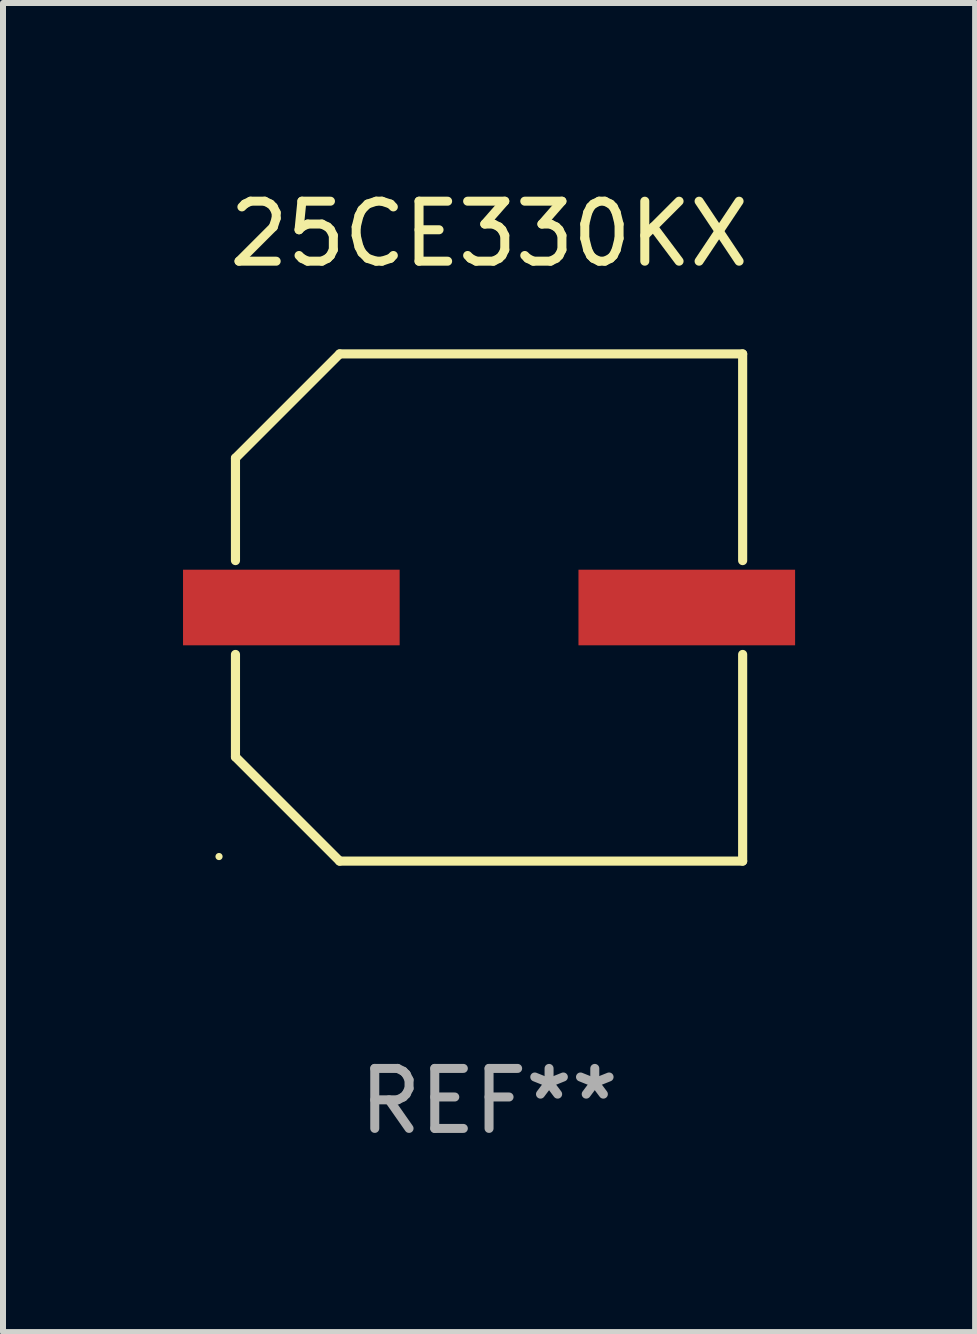
<source format=kicad_pcb>
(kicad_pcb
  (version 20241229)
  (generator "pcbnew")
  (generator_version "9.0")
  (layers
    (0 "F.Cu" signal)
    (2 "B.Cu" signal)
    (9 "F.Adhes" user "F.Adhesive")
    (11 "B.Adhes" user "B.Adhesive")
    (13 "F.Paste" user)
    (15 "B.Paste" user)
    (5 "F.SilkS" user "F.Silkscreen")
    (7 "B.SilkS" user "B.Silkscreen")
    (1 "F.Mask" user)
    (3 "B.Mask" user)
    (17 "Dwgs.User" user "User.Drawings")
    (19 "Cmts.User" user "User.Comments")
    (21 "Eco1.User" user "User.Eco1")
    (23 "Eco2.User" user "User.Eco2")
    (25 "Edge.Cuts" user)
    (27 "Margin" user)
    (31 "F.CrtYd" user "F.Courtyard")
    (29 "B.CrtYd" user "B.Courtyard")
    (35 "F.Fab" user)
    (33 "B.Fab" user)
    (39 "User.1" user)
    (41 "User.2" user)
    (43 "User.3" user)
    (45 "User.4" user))
  (footprint "25CE330KX"
    (layer "F.Cu")
    (at 5.1 7.074)
    (property "Reference" "25CE330KX" (at 0 -6.226 0) (layer "F.SilkS") (effects (font (size 1 1) (thickness 0.15))))
    (attr through_hole)
    (fp_line (start -4.226 -2.49) (end -4.226 -0.782) (stroke (width 0.152) (type solid)) (layer "F.SilkS"))
    (fp_line (start -4.226 2.49) (end -4.226 0.782) (stroke (width 0.152) (type solid)) (layer "F.SilkS"))
    (fp_line (start -2.49 -4.226) (end -4.226 -2.49) (stroke (width 0.152) (type solid)) (layer "F.SilkS"))
    (fp_line (start -2.49 4.226) (end -4.226 2.49) (stroke (width 0.152) (type solid)) (layer "F.SilkS"))
    (fp_line (start 4.226 -4.226) (end -2.49 -4.226) (stroke (width 0.152) (type solid)) (layer "F.SilkS"))
    (fp_line (start 4.226 -0.782) (end 4.226 -4.226) (stroke (width 0.152) (type solid)) (layer "F.SilkS"))
    (fp_line (start 4.226 0.782) (end 4.226 4.226) (stroke (width 0.152) (type solid)) (layer "F.SilkS"))
    (fp_line (start 4.226 4.226) (end -2.49 4.226) (stroke (width 0.152) (type solid)) (layer "F.SilkS"))
    (fp_circle (center -4.5 4.15) (end -4.47 4.15) (stroke (width 0.06) (type solid)) (fill no) (layer "F.SilkS"))
    (fp_text user "REF**" (at 0 8.226 0) (layer "F.Fab") (effects (font (size 1 1) (thickness 0.15))))
    (pad "1" smd rect (at -3.295 -0.000076 180) (size 3.61 1.26) (layers "F.Cu" "F.Mask" "F.Paste"))
    (pad "2" smd rect (at 3.295 -0.000076 180) (size 3.61 1.26) (layers "F.Cu" "F.Mask" "F.Paste")))
  (gr_rect
    (start -3 -3)
    (end 13.2 19.149)
    (stroke (width 0.1) (type default))
    (fill no)
    (layer "Edge.Cuts")))
</source>
